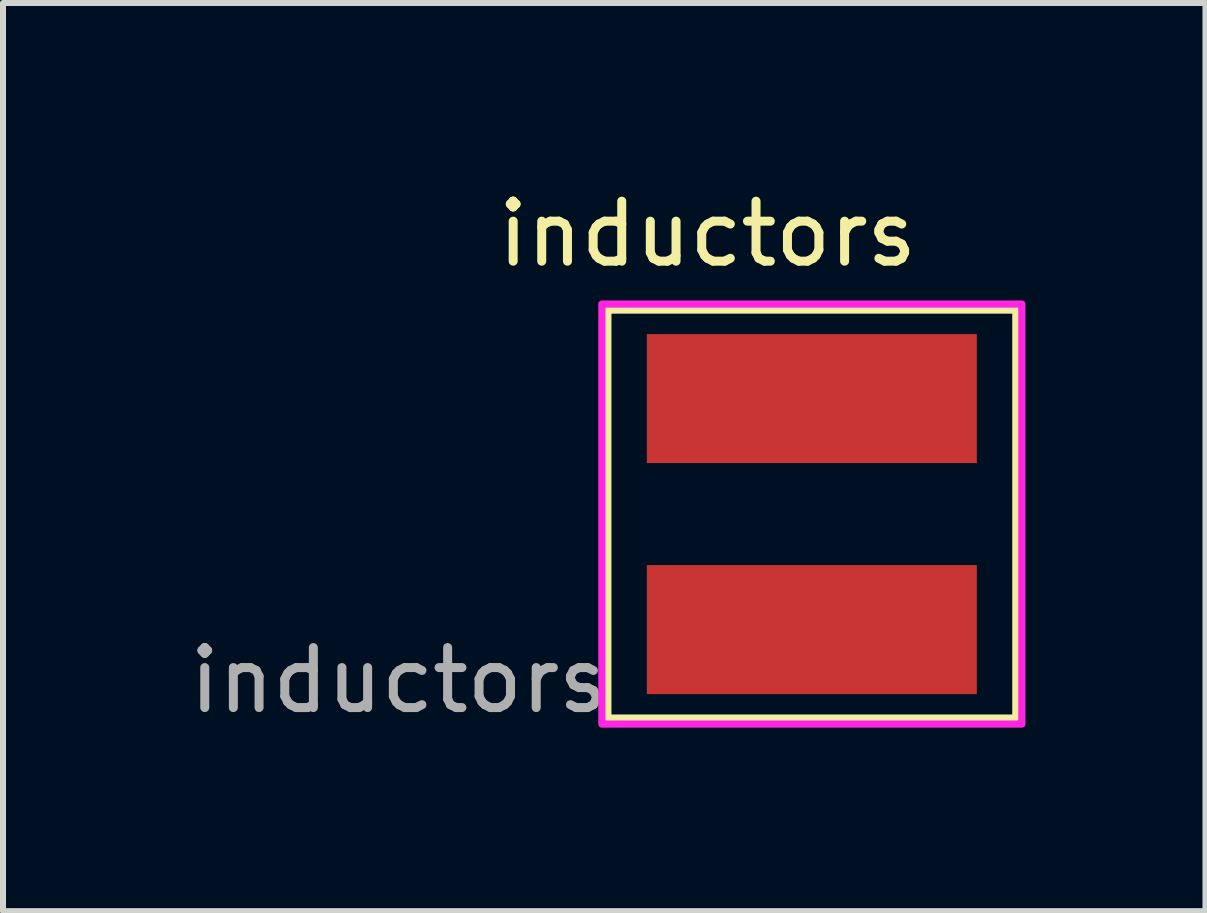
<source format=kicad_pcb>
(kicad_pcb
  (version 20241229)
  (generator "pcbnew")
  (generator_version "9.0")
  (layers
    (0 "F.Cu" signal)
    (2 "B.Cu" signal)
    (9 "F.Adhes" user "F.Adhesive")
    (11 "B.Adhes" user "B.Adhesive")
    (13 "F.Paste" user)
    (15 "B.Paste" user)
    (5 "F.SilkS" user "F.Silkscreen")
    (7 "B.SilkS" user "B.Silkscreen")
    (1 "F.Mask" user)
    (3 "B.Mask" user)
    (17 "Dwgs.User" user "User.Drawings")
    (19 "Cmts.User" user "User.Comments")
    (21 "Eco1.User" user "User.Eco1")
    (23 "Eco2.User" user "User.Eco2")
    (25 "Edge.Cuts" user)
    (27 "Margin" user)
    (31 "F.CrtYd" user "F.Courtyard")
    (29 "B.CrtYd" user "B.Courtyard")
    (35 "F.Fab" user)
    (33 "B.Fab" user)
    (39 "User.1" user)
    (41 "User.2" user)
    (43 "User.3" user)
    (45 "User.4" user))
  (footprint "inductors"
    (layer "F.Cu")
    (at 10.481 5.518)
    (property "Reference" "inductors" (at -1.74 -4.67 0) (unlocked yes) (layer "F.SilkS") (effects (font (size 1 1) (thickness 0.15))))
    (attr smd)
    (fp_rect (start -3.4 -3.4) (end 3.4 3.4) (stroke (width 0.12) (type solid)) (fill no) (layer "F.SilkS"))
    (fp_rect (start 3.5 3.5) (end -3.5 -3.5) (stroke (width 0.12) (type solid)) (fill no) (layer "F.CrtYd"))
    (fp_text user "${REFERENCE}" (at -6.88 2.77 0) (unlocked yes) (layer "F.Fab") (effects (font (size 1 1) (thickness 0.15))))
    (pad "1" smd rect (at 0 -1.925) (size 5.5 2.15) (layers "F.Cu" "F.Mask" "F.Paste"))
    (pad "2" smd rect (at 0 1.925) (size 5.5 2.15) (layers "F.Cu" "F.Mask" "F.Paste")))
  (gr_rect
    (start -3 -3)
    (end 17.041 12.136)
    (stroke (width 0.1) (type default))
    (fill no)
    (layer "Edge.Cuts")))
</source>
